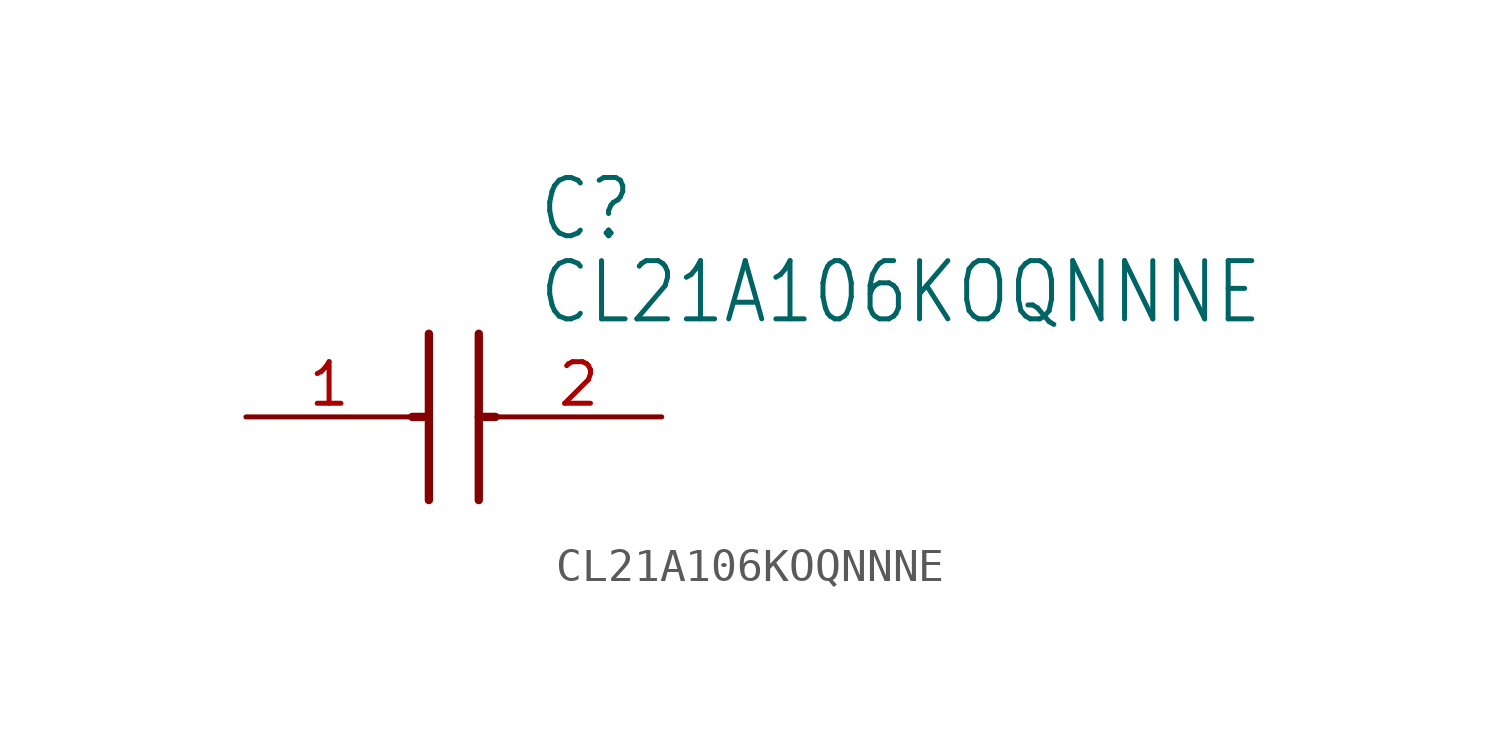
<source format=kicad_sym>
(kicad_symbol_lib
  (version 20211014)
  (generator kicad_symbol_editor)
  (symbol "CL21A106KOQNNNE"
    (property "Reference" "C"
      (at 8.89 6.35 0)
      (effects (font (size 1.778 1.511)) (justify left)))
    (property "Value" "CL21A106KOQNNNE"
      (at 8.89 3.81 0)
      (effects (font (size 1.778 1.511)) (justify left)))
    (property "ki_locked" ""
      (at 0 0 0)
      (effects (font (size 1.27 1.27))))
    (symbol "CL21A106KOQNNNE_1_0"
      (polyline (pts (xy 5.08 0) (xy 5.588 0)) (stroke (width 0.254) (type default) (color 0 0 0 0)) (fill (type none)))
      (polyline (pts (xy 5.588 2.54) (xy 5.588 -2.54)) (stroke (width 0.254) (type default) (color 0 0 0 0)) (fill (type none)))
      (polyline (pts (xy 7.112 0) (xy 7.62 0)) (stroke (width 0.254) (type default) (color 0 0 0 0)) (fill (type none)))
      (polyline (pts (xy 7.112 2.54) (xy 7.112 -2.54)) (stroke (width 0.254) (type default) (color 0 0 0 0)) (fill (type none)))
      (pin bidirectional line (at 0 0 0) (length 5.08) (name "1" (effects (font (size 0 0)))) (number "1" (effects (font (size 1.27 1.27)))))
      (pin bidirectional line (at 12.7 0 180) (length 5.08) (name "2" (effects (font (size 0 0)))) (number "2" (effects (font (size 1.27 1.27))))))))
</source>
